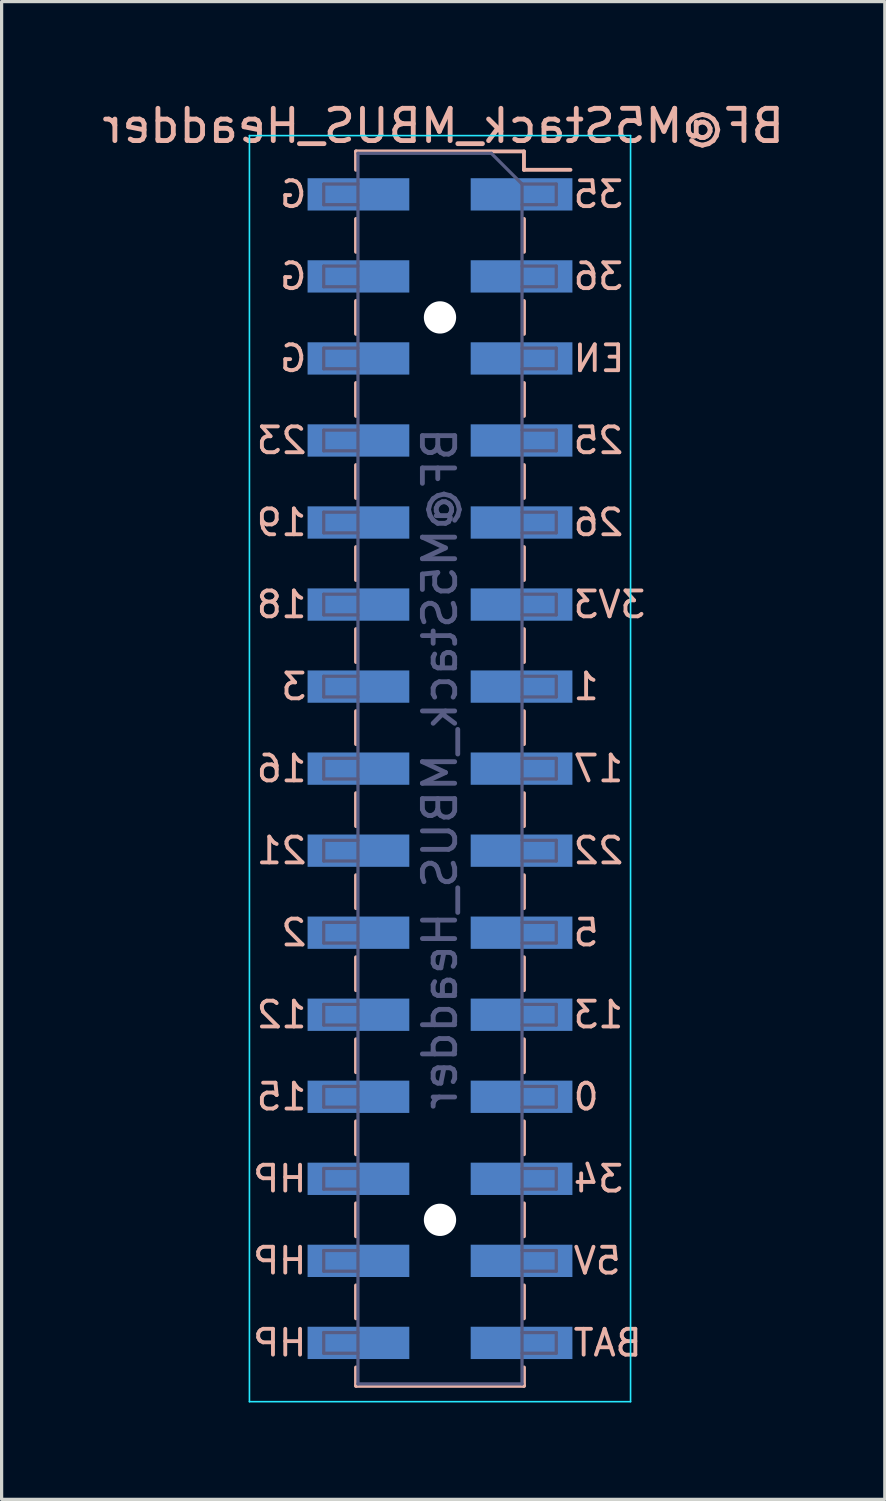
<source format=kicad_pcb>
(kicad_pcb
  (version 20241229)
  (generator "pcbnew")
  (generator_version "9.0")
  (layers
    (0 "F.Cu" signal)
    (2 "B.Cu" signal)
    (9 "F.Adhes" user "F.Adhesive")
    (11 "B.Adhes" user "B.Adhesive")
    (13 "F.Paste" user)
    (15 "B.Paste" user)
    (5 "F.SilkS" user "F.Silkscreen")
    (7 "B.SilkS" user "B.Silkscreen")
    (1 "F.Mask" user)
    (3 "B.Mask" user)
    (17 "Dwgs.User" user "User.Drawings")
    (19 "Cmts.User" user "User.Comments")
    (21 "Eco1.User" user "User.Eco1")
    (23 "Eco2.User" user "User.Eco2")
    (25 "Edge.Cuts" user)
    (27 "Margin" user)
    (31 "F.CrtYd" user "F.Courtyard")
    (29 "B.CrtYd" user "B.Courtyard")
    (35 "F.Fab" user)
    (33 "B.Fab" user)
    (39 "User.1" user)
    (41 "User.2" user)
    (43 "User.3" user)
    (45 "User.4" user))
  (footprint "BF@M5Stack_MBUS_Headder"
    (layer "F.Cu")
    (at 10.573 20.748)
    (property "Reference" "BF@M5Stack_MBUS_Headder" (at 0.1 -19.9 0) (layer "B.SilkS") (effects (font (size 1 1) (thickness 0.15)) (justify mirror)))
    (attr smd)
    (fp_line (start -2.6 -19.11) (end -2.6 -18.54) (stroke (width 0.12) (type solid)) (layer "B.SilkS"))
    (fp_line (start -2.6 -17.02) (end -2.6 -16) (stroke (width 0.12) (type solid)) (layer "B.SilkS"))
    (fp_line (start -2.6 -14.48) (end -2.6 -13.46) (stroke (width 0.12) (type solid)) (layer "B.SilkS"))
    (fp_line (start -2.6 -11.94) (end -2.6 -10.92) (stroke (width 0.12) (type solid)) (layer "B.SilkS"))
    (fp_line (start -2.6 -9.4) (end -2.6 -8.38) (stroke (width 0.12) (type solid)) (layer "B.SilkS"))
    (fp_line (start -2.6 -6.86) (end -2.6 -5.84) (stroke (width 0.12) (type solid)) (layer "B.SilkS"))
    (fp_line (start -2.6 -4.32) (end -2.6 -3.3) (stroke (width 0.12) (type solid)) (layer "B.SilkS"))
    (fp_line (start -2.6 -1.78) (end -2.6 -0.76) (stroke (width 0.12) (type solid)) (layer "B.SilkS"))
    (fp_line (start -2.6 0.76) (end -2.6 1.78) (stroke (width 0.12) (type solid)) (layer "B.SilkS"))
    (fp_line (start -2.6 3.3) (end -2.6 4.32) (stroke (width 0.12) (type solid)) (layer "B.SilkS"))
    (fp_line (start -2.6 5.84) (end -2.6 6.86) (stroke (width 0.12) (type solid)) (layer "B.SilkS"))
    (fp_line (start -2.6 8.38) (end -2.6 9.4) (stroke (width 0.12) (type solid)) (layer "B.SilkS"))
    (fp_line (start -2.6 10.92) (end -2.6 11.94) (stroke (width 0.12) (type solid)) (layer "B.SilkS"))
    (fp_line (start -2.6 13.46) (end -2.6 14.48) (stroke (width 0.12) (type solid)) (layer "B.SilkS"))
    (fp_line (start -2.6 16) (end -2.6 17.02) (stroke (width 0.12) (type solid)) (layer "B.SilkS"))
    (fp_line (start -2.6 18.54) (end -2.6 19.11) (stroke (width 0.12) (type solid)) (layer "B.SilkS"))
    (fp_line (start 2.6 -19.11) (end -2.6 -19.11) (stroke (width 0.12) (type solid)) (layer "B.SilkS"))
    (fp_line (start 2.6 -19.11) (end 2.6 -18.54) (stroke (width 0.12) (type solid)) (layer "B.SilkS"))
    (fp_line (start 2.6 -17.02) (end 2.6 -16) (stroke (width 0.12) (type solid)) (layer "B.SilkS"))
    (fp_line (start 2.6 -14.48) (end 2.6 -13.46) (stroke (width 0.12) (type solid)) (layer "B.SilkS"))
    (fp_line (start 2.6 -11.94) (end 2.6 -10.92) (stroke (width 0.12) (type solid)) (layer "B.SilkS"))
    (fp_line (start 2.6 -9.4) (end 2.6 -8.38) (stroke (width 0.12) (type solid)) (layer "B.SilkS"))
    (fp_line (start 2.6 -6.86) (end 2.6 -5.84) (stroke (width 0.12) (type solid)) (layer "B.SilkS"))
    (fp_line (start 2.6 -4.32) (end 2.6 -3.3) (stroke (width 0.12) (type solid)) (layer "B.SilkS"))
    (fp_line (start 2.6 -1.78) (end 2.6 -0.76) (stroke (width 0.12) (type solid)) (layer "B.SilkS"))
    (fp_line (start 2.6 0.76) (end 2.6 1.78) (stroke (width 0.12) (type solid)) (layer "B.SilkS"))
    (fp_line (start 2.6 3.3) (end 2.6 4.32) (stroke (width 0.12) (type solid)) (layer "B.SilkS"))
    (fp_line (start 2.6 5.84) (end 2.6 6.86) (stroke (width 0.12) (type solid)) (layer "B.SilkS"))
    (fp_line (start 2.6 8.38) (end 2.6 9.4) (stroke (width 0.12) (type solid)) (layer "B.SilkS"))
    (fp_line (start 2.6 10.92) (end 2.6 11.94) (stroke (width 0.12) (type solid)) (layer "B.SilkS"))
    (fp_line (start 2.6 13.46) (end 2.6 14.48) (stroke (width 0.12) (type solid)) (layer "B.SilkS"))
    (fp_line (start 2.6 16) (end 2.6 17.02) (stroke (width 0.12) (type solid)) (layer "B.SilkS"))
    (fp_line (start 2.6 18.54) (end 2.6 19.11) (stroke (width 0.12) (type solid)) (layer "B.SilkS"))
    (fp_line (start 2.6 19.11) (end -2.6 19.11) (stroke (width 0.12) (type solid)) (layer "B.SilkS"))
    (fp_line (start 4.04 -18.54) (end 2.6 -18.54) (stroke (width 0.12) (type solid)) (layer "B.SilkS"))
    (fp_line (start -5.9 -19.6) (end 5.9 -19.6) (stroke (width 0.05) (type solid)) (layer "B.CrtYd"))
    (fp_line (start -5.9 19.6) (end -5.9 -19.6) (stroke (width 0.05) (type solid)) (layer "B.CrtYd"))
    (fp_line (start 5.9 -19.6) (end 5.9 19.6) (stroke (width 0.05) (type solid)) (layer "B.CrtYd"))
    (fp_line (start 5.9 19.6) (end -5.9 19.6) (stroke (width 0.05) (type solid)) (layer "B.CrtYd"))
    (fp_line (start -3.6 -18.1) (end -3.6 -17.46) (stroke (width 0.1) (type solid)) (layer "B.Fab"))
    (fp_line (start -3.6 -17.46) (end -2.54 -17.46) (stroke (width 0.1) (type solid)) (layer "B.Fab"))
    (fp_line (start -3.6 -15.56) (end -3.6 -14.92) (stroke (width 0.1) (type solid)) (layer "B.Fab"))
    (fp_line (start -3.6 -14.92) (end -2.54 -14.92) (stroke (width 0.1) (type solid)) (layer "B.Fab"))
    (fp_line (start -3.6 -13.02) (end -3.6 -12.38) (stroke (width 0.1) (type solid)) (layer "B.Fab"))
    (fp_line (start -3.6 -12.38) (end -2.54 -12.38) (stroke (width 0.1) (type solid)) (layer "B.Fab"))
    (fp_line (start -3.6 -10.48) (end -3.6 -9.84) (stroke (width 0.1) (type solid)) (layer "B.Fab"))
    (fp_line (start -3.6 -9.84) (end -2.54 -9.84) (stroke (width 0.1) (type solid)) (layer "B.Fab"))
    (fp_line (start -3.6 -7.94) (end -3.6 -7.3) (stroke (width 0.1) (type solid)) (layer "B.Fab"))
    (fp_line (start -3.6 -7.3) (end -2.54 -7.3) (stroke (width 0.1) (type solid)) (layer "B.Fab"))
    (fp_line (start -3.6 -5.4) (end -3.6 -4.76) (stroke (width 0.1) (type solid)) (layer "B.Fab"))
    (fp_line (start -3.6 -4.76) (end -2.54 -4.76) (stroke (width 0.1) (type solid)) (layer "B.Fab"))
    (fp_line (start -3.6 -2.86) (end -3.6 -2.22) (stroke (width 0.1) (type solid)) (layer "B.Fab"))
    (fp_line (start -3.6 -2.22) (end -2.54 -2.22) (stroke (width 0.1) (type solid)) (layer "B.Fab"))
    (fp_line (start -3.6 -0.32) (end -3.6 0.32) (stroke (width 0.1) (type solid)) (layer "B.Fab"))
    (fp_line (start -3.6 0.32) (end -2.54 0.32) (stroke (width 0.1) (type solid)) (layer "B.Fab"))
    (fp_line (start -3.6 2.22) (end -3.6 2.86) (stroke (width 0.1) (type solid)) (layer "B.Fab"))
    (fp_line (start -3.6 2.86) (end -2.54 2.86) (stroke (width 0.1) (type solid)) (layer "B.Fab"))
    (fp_line (start -3.6 4.76) (end -3.6 5.4) (stroke (width 0.1) (type solid)) (layer "B.Fab"))
    (fp_line (start -3.6 5.4) (end -2.54 5.4) (stroke (width 0.1) (type solid)) (layer "B.Fab"))
    (fp_line (start -3.6 7.3) (end -3.6 7.94) (stroke (width 0.1) (type solid)) (layer "B.Fab"))
    (fp_line (start -3.6 7.94) (end -2.54 7.94) (stroke (width 0.1) (type solid)) (layer "B.Fab"))
    (fp_line (start -3.6 9.84) (end -3.6 10.48) (stroke (width 0.1) (type solid)) (layer "B.Fab"))
    (fp_line (start -3.6 10.48) (end -2.54 10.48) (stroke (width 0.1) (type solid)) (layer "B.Fab"))
    (fp_line (start -3.6 12.38) (end -3.6 13.02) (stroke (width 0.1) (type solid)) (layer "B.Fab"))
    (fp_line (start -3.6 13.02) (end -2.54 13.02) (stroke (width 0.1) (type solid)) (layer "B.Fab"))
    (fp_line (start -3.6 14.92) (end -3.6 15.56) (stroke (width 0.1) (type solid)) (layer "B.Fab"))
    (fp_line (start -3.6 15.56) (end -2.54 15.56) (stroke (width 0.1) (type solid)) (layer "B.Fab"))
    (fp_line (start -3.6 17.46) (end -3.6 18.1) (stroke (width 0.1) (type solid)) (layer "B.Fab"))
    (fp_line (start -3.6 18.1) (end -2.54 18.1) (stroke (width 0.1) (type solid)) (layer "B.Fab"))
    (fp_line (start -2.54 -19.05) (end -2.54 19.05) (stroke (width 0.1) (type solid)) (layer "B.Fab"))
    (fp_line (start -2.54 -18.1) (end -3.6 -18.1) (stroke (width 0.1) (type solid)) (layer "B.Fab"))
    (fp_line (start -2.54 -15.56) (end -3.6 -15.56) (stroke (width 0.1) (type solid)) (layer "B.Fab"))
    (fp_line (start -2.54 -13.02) (end -3.6 -13.02) (stroke (width 0.1) (type solid)) (layer "B.Fab"))
    (fp_line (start -2.54 -10.48) (end -3.6 -10.48) (stroke (width 0.1) (type solid)) (layer "B.Fab"))
    (fp_line (start -2.54 -7.94) (end -3.6 -7.94) (stroke (width 0.1) (type solid)) (layer "B.Fab"))
    (fp_line (start -2.54 -5.4) (end -3.6 -5.4) (stroke (width 0.1) (type solid)) (layer "B.Fab"))
    (fp_line (start -2.54 -2.86) (end -3.6 -2.86) (stroke (width 0.1) (type solid)) (layer "B.Fab"))
    (fp_line (start -2.54 -0.32) (end -3.6 -0.32) (stroke (width 0.1) (type solid)) (layer "B.Fab"))
    (fp_line (start -2.54 2.22) (end -3.6 2.22) (stroke (width 0.1) (type solid)) (layer "B.Fab"))
    (fp_line (start -2.54 4.76) (end -3.6 4.76) (stroke (width 0.1) (type solid)) (layer "B.Fab"))
    (fp_line (start -2.54 7.3) (end -3.6 7.3) (stroke (width 0.1) (type solid)) (layer "B.Fab"))
    (fp_line (start -2.54 9.84) (end -3.6 9.84) (stroke (width 0.1) (type solid)) (layer "B.Fab"))
    (fp_line (start -2.54 12.38) (end -3.6 12.38) (stroke (width 0.1) (type solid)) (layer "B.Fab"))
    (fp_line (start -2.54 14.92) (end -3.6 14.92) (stroke (width 0.1) (type solid)) (layer "B.Fab"))
    (fp_line (start -2.54 17.46) (end -3.6 17.46) (stroke (width 0.1) (type solid)) (layer "B.Fab"))
    (fp_line (start -2.54 19.05) (end 2.54 19.05) (stroke (width 0.1) (type solid)) (layer "B.Fab"))
    (fp_line (start 1.59 -19.05) (end -2.54 -19.05) (stroke (width 0.1) (type solid)) (layer "B.Fab"))
    (fp_line (start 2.54 -18.1) (end 1.59 -19.05) (stroke (width 0.1) (type solid)) (layer "B.Fab"))
    (fp_line (start 2.54 -18.1) (end 3.6 -18.1) (stroke (width 0.1) (type solid)) (layer "B.Fab"))
    (fp_line (start 2.54 -15.56) (end 3.6 -15.56) (stroke (width 0.1) (type solid)) (layer "B.Fab"))
    (fp_line (start 2.54 -13.02) (end 3.6 -13.02) (stroke (width 0.1) (type solid)) (layer "B.Fab"))
    (fp_line (start 2.54 -10.48) (end 3.6 -10.48) (stroke (width 0.1) (type solid)) (layer "B.Fab"))
    (fp_line (start 2.54 -7.94) (end 3.6 -7.94) (stroke (width 0.1) (type solid)) (layer "B.Fab"))
    (fp_line (start 2.54 -5.4) (end 3.6 -5.4) (stroke (width 0.1) (type solid)) (layer "B.Fab"))
    (fp_line (start 2.54 -2.86) (end 3.6 -2.86) (stroke (width 0.1) (type solid)) (layer "B.Fab"))
    (fp_line (start 2.54 -0.32) (end 3.6 -0.32) (stroke (width 0.1) (type solid)) (layer "B.Fab"))
    (fp_line (start 2.54 2.22) (end 3.6 2.22) (stroke (width 0.1) (type solid)) (layer "B.Fab"))
    (fp_line (start 2.54 4.76) (end 3.6 4.76) (stroke (width 0.1) (type solid)) (layer "B.Fab"))
    (fp_line (start 2.54 7.3) (end 3.6 7.3) (stroke (width 0.1) (type solid)) (layer "B.Fab"))
    (fp_line (start 2.54 9.84) (end 3.6 9.84) (stroke (width 0.1) (type solid)) (layer "B.Fab"))
    (fp_line (start 2.54 12.38) (end 3.6 12.38) (stroke (width 0.1) (type solid)) (layer "B.Fab"))
    (fp_line (start 2.54 14.92) (end 3.6 14.92) (stroke (width 0.1) (type solid)) (layer "B.Fab"))
    (fp_line (start 2.54 17.46) (end 3.6 17.46) (stroke (width 0.1) (type solid)) (layer "B.Fab"))
    (fp_line (start 2.54 19.05) (end 2.54 -18.1) (stroke (width 0.1) (type solid)) (layer "B.Fab"))
    (fp_line (start 3.6 -18.1) (end 3.6 -17.46) (stroke (width 0.1) (type solid)) (layer "B.Fab"))
    (fp_line (start 3.6 -17.46) (end 2.54 -17.46) (stroke (width 0.1) (type solid)) (layer "B.Fab"))
    (fp_line (start 3.6 -15.56) (end 3.6 -14.92) (stroke (width 0.1) (type solid)) (layer "B.Fab"))
    (fp_line (start 3.6 -14.92) (end 2.54 -14.92) (stroke (width 0.1) (type solid)) (layer "B.Fab"))
    (fp_line (start 3.6 -13.02) (end 3.6 -12.38) (stroke (width 0.1) (type solid)) (layer "B.Fab"))
    (fp_line (start 3.6 -12.38) (end 2.54 -12.38) (stroke (width 0.1) (type solid)) (layer "B.Fab"))
    (fp_line (start 3.6 -10.48) (end 3.6 -9.84) (stroke (width 0.1) (type solid)) (layer "B.Fab"))
    (fp_line (start 3.6 -9.84) (end 2.54 -9.84) (stroke (width 0.1) (type solid)) (layer "B.Fab"))
    (fp_line (start 3.6 -7.94) (end 3.6 -7.3) (stroke (width 0.1) (type solid)) (layer "B.Fab"))
    (fp_line (start 3.6 -7.3) (end 2.54 -7.3) (stroke (width 0.1) (type solid)) (layer "B.Fab"))
    (fp_line (start 3.6 -5.4) (end 3.6 -4.76) (stroke (width 0.1) (type solid)) (layer "B.Fab"))
    (fp_line (start 3.6 -4.76) (end 2.54 -4.76) (stroke (width 0.1) (type solid)) (layer "B.Fab"))
    (fp_line (start 3.6 -2.86) (end 3.6 -2.22) (stroke (width 0.1) (type solid)) (layer "B.Fab"))
    (fp_line (start 3.6 -2.22) (end 2.54 -2.22) (stroke (width 0.1) (type solid)) (layer "B.Fab"))
    (fp_line (start 3.6 -0.32) (end 3.6 0.32) (stroke (width 0.1) (type solid)) (layer "B.Fab"))
    (fp_line (start 3.6 0.32) (end 2.54 0.32) (stroke (width 0.1) (type solid)) (layer "B.Fab"))
    (fp_line (start 3.6 2.22) (end 3.6 2.86) (stroke (width 0.1) (type solid)) (layer "B.Fab"))
    (fp_line (start 3.6 2.86) (end 2.54 2.86) (stroke (width 0.1) (type solid)) (layer "B.Fab"))
    (fp_line (start 3.6 4.76) (end 3.6 5.4) (stroke (width 0.1) (type solid)) (layer "B.Fab"))
    (fp_line (start 3.6 5.4) (end 2.54 5.4) (stroke (width 0.1) (type solid)) (layer "B.Fab"))
    (fp_line (start 3.6 7.3) (end 3.6 7.94) (stroke (width 0.1) (type solid)) (layer "B.Fab"))
    (fp_line (start 3.6 7.94) (end 2.54 7.94) (stroke (width 0.1) (type solid)) (layer "B.Fab"))
    (fp_line (start 3.6 9.84) (end 3.6 10.48) (stroke (width 0.1) (type solid)) (layer "B.Fab"))
    (fp_line (start 3.6 10.48) (end 2.54 10.48) (stroke (width 0.1) (type solid)) (layer "B.Fab"))
    (fp_line (start 3.6 12.38) (end 3.6 13.02) (stroke (width 0.1) (type solid)) (layer "B.Fab"))
    (fp_line (start 3.6 13.02) (end 2.54 13.02) (stroke (width 0.1) (type solid)) (layer "B.Fab"))
    (fp_line (start 3.6 14.92) (end 3.6 15.56) (stroke (width 0.1) (type solid)) (layer "B.Fab"))
    (fp_line (start 3.6 15.56) (end 2.54 15.56) (stroke (width 0.1) (type solid)) (layer "B.Fab"))
    (fp_line (start 3.6 17.46) (end 3.6 18.1) (stroke (width 0.1) (type solid)) (layer "B.Fab"))
    (fp_line (start 3.6 18.1) (end 2.54 18.1) (stroke (width 0.1) (type solid)) (layer "B.Fab"))
    (fp_text user "G" (at -4.064 -12.7 180) (layer "B.SilkS") (effects (font (size 0.8 0.8) (thickness 0.12)) (justify left mirror)))
    (fp_text user "G" (at -4.064 -15.24 180) (layer "B.SilkS") (effects (font (size 0.8 0.8) (thickness 0.12)) (justify left mirror)))
    (fp_text user "HP" (at -4.064 15.24 180) (layer "B.SilkS") (effects (font (size 0.8 0.8) (thickness 0.12)) (justify left mirror)))
    (fp_text user "0" (at 4.064 10.16 180) (layer "B.SilkS") (effects (font (size 0.8 0.8) (thickness 0.12)) (justify right mirror)))
    (fp_text user "36" (at 4.064 -15.24 180) (layer "B.SilkS") (effects (font (size 0.8 0.8) (thickness 0.12)) (justify right mirror)))
    (fp_text user "16" (at -4.064 0 180) (layer "B.SilkS") (effects (font (size 0.8 0.8) (thickness 0.12)) (justify left mirror)))
    (fp_text user "26" (at 4.064 -7.62 180) (layer "B.SilkS") (effects (font (size 0.8 0.8) (thickness 0.12)) (justify right mirror)))
    (fp_text user "HP" (at -4.064 17.78 180) (layer "B.SilkS") (effects (font (size 0.8 0.8) (thickness 0.12)) (justify left mirror)))
    (fp_text user "22" (at 4.064 2.54 180) (layer "B.SilkS") (effects (font (size 0.8 0.8) (thickness 0.12)) (justify right mirror)))
    (fp_text user "5" (at 4.064 5.08 180) (layer "B.SilkS") (effects (font (size 0.8 0.8) (thickness 0.12)) (justify right mirror)))
    (fp_text user "5V" (at 4.064 15.24 180) (layer "B.SilkS") (effects (font (size 0.8 0.8) (thickness 0.12)) (justify right mirror)))
    (fp_text user "HP" (at -4.064 12.7 180) (layer "B.SilkS") (effects (font (size 0.8 0.8) (thickness 0.12)) (justify left mirror)))
    (fp_text user "BAT" (at 4.064 17.78 180) (layer "B.SilkS") (effects (font (size 0.8 0.8) (thickness 0.12)) (justify right mirror)))
    (fp_text user "25" (at 4.064 -10.16 180) (layer "B.SilkS") (effects (font (size 0.8 0.8) (thickness 0.12)) (justify right mirror)))
    (fp_text user "23" (at -4.064 -10.16 180) (layer "B.SilkS") (effects (font (size 0.8 0.8) (thickness 0.12)) (justify left mirror)))
    (fp_text user "2" (at -4.064 5.08 180) (layer "B.SilkS") (effects (font (size 0.8 0.8) (thickness 0.12)) (justify left mirror)))
    (fp_text user "1" (at 4.064 -2.54 180) (layer "B.SilkS") (effects (font (size 0.8 0.8) (thickness 0.12)) (justify right mirror)))
    (fp_text user "17" (at 4.064 0 180) (layer "B.SilkS") (effects (font (size 0.8 0.8) (thickness 0.12)) (justify right mirror)))
    (fp_text user "G" (at -4.064 -17.78 180) (layer "B.SilkS") (effects (font (size 0.8 0.8) (thickness 0.12)) (justify left mirror)))
    (fp_text user "19" (at -4.064 -7.62 180) (layer "B.SilkS") (effects (font (size 0.8 0.8) (thickness 0.12)) (justify left mirror)))
    (fp_text user "3" (at -4.064 -2.54 180) (layer "B.SilkS") (effects (font (size 0.8 0.8) (thickness 0.12)) (justify left mirror)))
    (fp_text user "3V3" (at 4.064 -5.08 180) (layer "B.SilkS") (effects (font (size 0.8 0.8) (thickness 0.12)) (justify right mirror)))
    (fp_text user "12" (at -4.064 7.62 180) (layer "B.SilkS") (effects (font (size 0.8 0.8) (thickness 0.12)) (justify left mirror)))
    (fp_text user "34" (at 4.064 12.7 180) (layer "B.SilkS") (effects (font (size 0.8 0.8) (thickness 0.12)) (justify right mirror)))
    (fp_text user "13" (at 4.064 7.62 180) (layer "B.SilkS") (effects (font (size 0.8 0.8) (thickness 0.12)) (justify right mirror)))
    (fp_text user "EN" (at 4.064 -12.7 180) (layer "B.SilkS") (effects (font (size 0.8 0.8) (thickness 0.12)) (justify right mirror)))
    (fp_text user "21" (at -4.064 2.54 180) (layer "B.SilkS") (effects (font (size 0.8 0.8) (thickness 0.12)) (justify left mirror)))
    (fp_text user "35" (at 4.064 -17.78 180) (layer "B.SilkS") (effects (font (size 0.8 0.8) (thickness 0.12)) (justify right mirror)))
    (fp_text user "15" (at -4.064 10.16 180) (layer "B.SilkS") (effects (font (size 0.8 0.8) (thickness 0.12)) (justify left mirror)))
    (fp_text user "18" (at -4.064 -5.08 180) (layer "B.SilkS") (effects (font (size 0.8 0.8) (thickness 0.12)) (justify left mirror)))
    (fp_text user "${REFERENCE}" (at 0 0 270) (layer "B.Fab") (effects (font (size 1 1) (thickness 0.15)) (justify mirror)))
    (pad "" np_thru_hole circle (at 0 -13.97 180) (size 1 1) (drill 1) (layers "*.Cu" "*.Mask"))
    (pad "" np_thru_hole circle (at 0 13.97 180) (size 1 1) (drill 1) (layers "*.Cu" "*.Mask"))
    (pad "1" smd rect (at 2.525 -17.78) (size 3.15 1) (layers "B.Cu" "B.Mask" "B.Paste"))
    (pad "2" smd rect (at -2.525 -17.78) (size 3.15 1) (layers "B.Cu" "B.Mask" "B.Paste"))
    (pad "3" smd rect (at 2.525 -15.24) (size 3.15 1) (layers "B.Cu" "B.Mask" "B.Paste"))
    (pad "4" smd rect (at -2.525 -15.24) (size 3.15 1) (layers "B.Cu" "B.Mask" "B.Paste"))
    (pad "5" smd rect (at 2.525 -12.7) (size 3.15 1) (layers "B.Cu" "B.Mask" "B.Paste"))
    (pad "6" smd rect (at -2.525 -12.7) (size 3.15 1) (layers "B.Cu" "B.Mask" "B.Paste"))
    (pad "7" smd rect (at 2.525 -10.16) (size 3.15 1) (layers "B.Cu" "B.Mask" "B.Paste"))
    (pad "8" smd rect (at -2.525 -10.16) (size 3.15 1) (layers "B.Cu" "B.Mask" "B.Paste"))
    (pad "9" smd rect (at 2.525 -7.62) (size 3.15 1) (layers "B.Cu" "B.Mask" "B.Paste"))
    (pad "10" smd rect (at -2.525 -7.62) (size 3.15 1) (layers "B.Cu" "B.Mask" "B.Paste"))
    (pad "11" smd rect (at 2.525 -5.08) (size 3.15 1) (layers "B.Cu" "B.Mask" "B.Paste"))
    (pad "12" smd rect (at -2.525 -5.08) (size 3.15 1) (layers "B.Cu" "B.Mask" "B.Paste"))
    (pad "13" smd rect (at 2.525 -2.54) (size 3.15 1) (layers "B.Cu" "B.Mask" "B.Paste"))
    (pad "14" smd rect (at -2.525 -2.54) (size 3.15 1) (layers "B.Cu" "B.Mask" "B.Paste"))
    (pad "15" smd rect (at 2.525 0) (size 3.15 1) (layers "B.Cu" "B.Mask" "B.Paste"))
    (pad "16" smd rect (at -2.525 0) (size 3.15 1) (layers "B.Cu" "B.Mask" "B.Paste"))
    (pad "17" smd rect (at 2.525 2.54) (size 3.15 1) (layers "B.Cu" "B.Mask" "B.Paste"))
    (pad "18" smd rect (at -2.525 2.54) (size 3.15 1) (layers "B.Cu" "B.Mask" "B.Paste"))
    (pad "19" smd rect (at 2.525 5.08) (size 3.15 1) (layers "B.Cu" "B.Mask" "B.Paste"))
    (pad "20" smd rect (at -2.525 5.08) (size 3.15 1) (layers "B.Cu" "B.Mask" "B.Paste"))
    (pad "21" smd rect (at 2.525 7.62) (size 3.15 1) (layers "B.Cu" "B.Mask" "B.Paste"))
    (pad "22" smd rect (at -2.525 7.62) (size 3.15 1) (layers "B.Cu" "B.Mask" "B.Paste"))
    (pad "23" smd rect (at 2.525 10.16) (size 3.15 1) (layers "B.Cu" "B.Mask" "B.Paste"))
    (pad "24" smd rect (at -2.525 10.16) (size 3.15 1) (layers "B.Cu" "B.Mask" "B.Paste"))
    (pad "25" smd rect (at 2.525 12.7) (size 3.15 1) (layers "B.Cu" "B.Mask" "B.Paste"))
    (pad "26" smd rect (at -2.525 12.7) (size 3.15 1) (layers "B.Cu" "B.Mask" "B.Paste"))
    (pad "27" smd rect (at 2.525 15.24) (size 3.15 1) (layers "B.Cu" "B.Mask" "B.Paste"))
    (pad "28" smd rect (at -2.525 15.24) (size 3.15 1) (layers "B.Cu" "B.Mask" "B.Paste"))
    (pad "29" smd rect (at 2.525 17.78) (size 3.15 1) (layers "B.Cu" "B.Mask" "B.Paste"))
    (pad "30" smd rect (at -2.525 17.78) (size 3.15 1) (layers "B.Cu" "B.Mask" "B.Paste")))
  (gr_rect
    (start -3 -3)
    (end 24.345 43.373)
    (stroke (width 0.1) (type default))
    (fill no)
    (layer "Edge.Cuts")))
</source>
